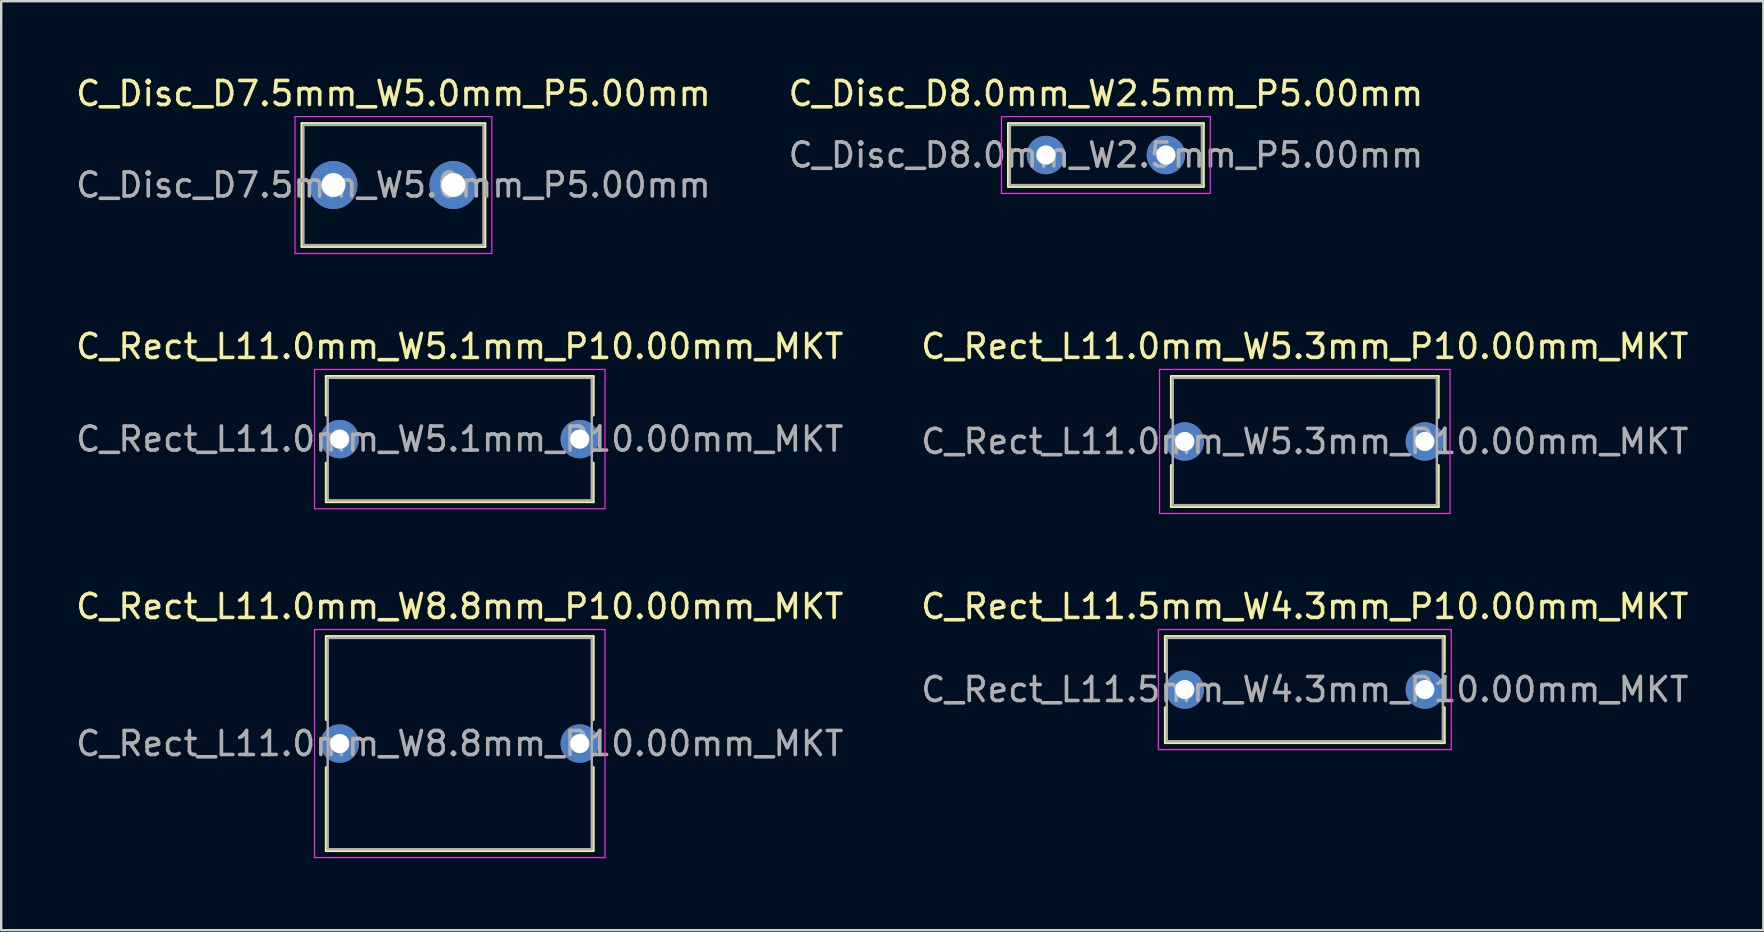
<source format=kicad_pcb>
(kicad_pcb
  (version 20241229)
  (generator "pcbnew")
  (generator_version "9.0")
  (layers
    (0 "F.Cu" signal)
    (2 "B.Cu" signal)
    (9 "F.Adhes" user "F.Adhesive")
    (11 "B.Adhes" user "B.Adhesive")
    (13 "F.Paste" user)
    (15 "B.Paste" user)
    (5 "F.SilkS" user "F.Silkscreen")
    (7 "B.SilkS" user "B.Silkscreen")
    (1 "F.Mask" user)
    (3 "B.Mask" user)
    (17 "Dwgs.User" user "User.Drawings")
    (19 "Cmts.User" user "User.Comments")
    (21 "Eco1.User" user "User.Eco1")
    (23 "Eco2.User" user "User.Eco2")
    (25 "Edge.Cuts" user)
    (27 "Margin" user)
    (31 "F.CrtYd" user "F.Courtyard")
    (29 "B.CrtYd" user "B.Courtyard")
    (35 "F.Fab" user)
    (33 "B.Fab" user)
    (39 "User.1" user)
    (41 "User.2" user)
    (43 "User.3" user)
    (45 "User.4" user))
  (footprint "C_Rect_L11.0mm_W5.3mm_P10.00mm_MKT"
    (layer "F.Cu")
    (at 46.304 15.341)
    (property "Reference" "C_Rect_L11.0mm_W5.3mm_P10.00mm_MKT" (at 5 -3.96 0) (layer "F.SilkS") (effects (font (size 1 1) (thickness 0.15))))
    (attr through_hole)
    (fp_line (start -0.56 -2.71) (end -0.56 -0.996) (stroke (width 0.12) (type solid)) (layer "F.SilkS"))
    (fp_line (start -0.56 -2.71) (end 10.56 -2.71) (stroke (width 0.12) (type solid)) (layer "F.SilkS"))
    (fp_line (start -0.56 0.996) (end -0.56 2.71) (stroke (width 0.12) (type solid)) (layer "F.SilkS"))
    (fp_line (start -0.56 2.71) (end 10.56 2.71) (stroke (width 0.12) (type solid)) (layer "F.SilkS"))
    (fp_line (start 10.56 -2.71) (end 10.56 -0.996) (stroke (width 0.12) (type solid)) (layer "F.SilkS"))
    (fp_line (start 10.56 0.996) (end 10.56 2.71) (stroke (width 0.12) (type solid)) (layer "F.SilkS"))
    (fp_line (start -1.05 -3) (end -1.05 3) (stroke (width 0.05) (type solid)) (layer "F.CrtYd"))
    (fp_line (start -1.05 3) (end 11.05 3) (stroke (width 0.05) (type solid)) (layer "F.CrtYd"))
    (fp_line (start 11.05 -3) (end -1.05 -3) (stroke (width 0.05) (type solid)) (layer "F.CrtYd"))
    (fp_line (start 11.05 3) (end 11.05 -3) (stroke (width 0.05) (type solid)) (layer "F.CrtYd"))
    (fp_line (start -0.5 -2.65) (end -0.5 2.65) (stroke (width 0.1) (type solid)) (layer "F.Fab"))
    (fp_line (start -0.5 2.65) (end 10.5 2.65) (stroke (width 0.1) (type solid)) (layer "F.Fab"))
    (fp_line (start 10.5 -2.65) (end -0.5 -2.65) (stroke (width 0.1) (type solid)) (layer "F.Fab"))
    (fp_line (start 10.5 2.65) (end 10.5 -2.65) (stroke (width 0.1) (type solid)) (layer "F.Fab"))
    (fp_text user "${REFERENCE}" (at 5 0 0) (layer "F.Fab") (effects (font (size 1 1) (thickness 0.15))))
    (pad "1" thru_hole circle (at 0 0) (size 1.6 1.6) (drill 0.8) (layers "*.Cu" "*.Mask"))
    (pad "2" thru_hole circle (at 10 0) (size 1.6 1.6) (drill 0.8) (layers "*.Cu" "*.Mask")))
  (footprint "C_Disc_D8.0mm_W2.5mm_P5.00mm"
    (layer "F.Cu")
    (at 40.518 3.408)
    (property "Reference" "C_Disc_D8.0mm_W2.5mm_P5.00mm" (at 2.5 -2.56 0) (layer "F.SilkS") (effects (font (size 1 1) (thickness 0.15))))
    (attr through_hole)
    (fp_line (start -1.56 -1.31) (end -1.56 1.31) (stroke (width 0.12) (type solid)) (layer "F.SilkS"))
    (fp_line (start -1.56 -1.31) (end 6.56 -1.31) (stroke (width 0.12) (type solid)) (layer "F.SilkS"))
    (fp_line (start -1.56 1.31) (end 6.56 1.31) (stroke (width 0.12) (type solid)) (layer "F.SilkS"))
    (fp_line (start 6.56 -1.31) (end 6.56 1.31) (stroke (width 0.12) (type solid)) (layer "F.SilkS"))
    (fp_line (start -1.85 -1.6) (end -1.85 1.6) (stroke (width 0.05) (type solid)) (layer "F.CrtYd"))
    (fp_line (start -1.85 1.6) (end 6.85 1.6) (stroke (width 0.05) (type solid)) (layer "F.CrtYd"))
    (fp_line (start 6.85 -1.6) (end -1.85 -1.6) (stroke (width 0.05) (type solid)) (layer "F.CrtYd"))
    (fp_line (start 6.85 1.6) (end 6.85 -1.6) (stroke (width 0.05) (type solid)) (layer "F.CrtYd"))
    (fp_line (start -1.5 -1.25) (end -1.5 1.25) (stroke (width 0.1) (type solid)) (layer "F.Fab"))
    (fp_line (start -1.5 1.25) (end 6.5 1.25) (stroke (width 0.1) (type solid)) (layer "F.Fab"))
    (fp_line (start 6.5 -1.25) (end -1.5 -1.25) (stroke (width 0.1) (type solid)) (layer "F.Fab"))
    (fp_line (start 6.5 1.25) (end 6.5 -1.25) (stroke (width 0.1) (type solid)) (layer "F.Fab"))
    (fp_text user "${REFERENCE}" (at 2.5 0 0) (layer "F.Fab") (effects (font (size 1 1) (thickness 0.15))))
    (pad "1" thru_hole circle (at 0 0) (size 1.6 1.6) (drill 0.8) (layers "*.Cu" "*.Mask"))
    (pad "2" thru_hole circle (at 5 0) (size 1.6 1.6) (drill 0.8) (layers "*.Cu" "*.Mask")))
  (footprint "C_Rect_L11.0mm_W5.1mm_P10.00mm_MKT"
    (layer "F.Cu")
    (at 11.101 15.242)
    (property "Reference" "C_Rect_L11.0mm_W5.1mm_P10.00mm_MKT" (at 5 -3.86 0) (layer "F.SilkS") (effects (font (size 1 1) (thickness 0.15))))
    (attr through_hole)
    (fp_line (start -0.56 -2.61) (end -0.56 -0.996) (stroke (width 0.12) (type solid)) (layer "F.SilkS"))
    (fp_line (start -0.56 -2.61) (end 10.56 -2.61) (stroke (width 0.12) (type solid)) (layer "F.SilkS"))
    (fp_line (start -0.56 0.996) (end -0.56 2.61) (stroke (width 0.12) (type solid)) (layer "F.SilkS"))
    (fp_line (start -0.56 2.61) (end 10.56 2.61) (stroke (width 0.12) (type solid)) (layer "F.SilkS"))
    (fp_line (start 10.56 -2.61) (end 10.56 -0.996) (stroke (width 0.12) (type solid)) (layer "F.SilkS"))
    (fp_line (start 10.56 0.996) (end 10.56 2.61) (stroke (width 0.12) (type solid)) (layer "F.SilkS"))
    (fp_line (start -1.05 -2.9) (end -1.05 2.9) (stroke (width 0.05) (type solid)) (layer "F.CrtYd"))
    (fp_line (start -1.05 2.9) (end 11.05 2.9) (stroke (width 0.05) (type solid)) (layer "F.CrtYd"))
    (fp_line (start 11.05 -2.9) (end -1.05 -2.9) (stroke (width 0.05) (type solid)) (layer "F.CrtYd"))
    (fp_line (start 11.05 2.9) (end 11.05 -2.9) (stroke (width 0.05) (type solid)) (layer "F.CrtYd"))
    (fp_line (start -0.5 -2.55) (end -0.5 2.55) (stroke (width 0.1) (type solid)) (layer "F.Fab"))
    (fp_line (start -0.5 2.55) (end 10.5 2.55) (stroke (width 0.1) (type solid)) (layer "F.Fab"))
    (fp_line (start 10.5 -2.55) (end -0.5 -2.55) (stroke (width 0.1) (type solid)) (layer "F.Fab"))
    (fp_line (start 10.5 2.55) (end 10.5 -2.55) (stroke (width 0.1) (type solid)) (layer "F.Fab"))
    (fp_text user "${REFERENCE}" (at 5 0 0) (layer "F.Fab") (effects (font (size 1 1) (thickness 0.15))))
    (pad "1" thru_hole circle (at 0 0) (size 1.6 1.6) (drill 0.8) (layers "*.Cu" "*.Mask"))
    (pad "2" thru_hole circle (at 10 0) (size 1.6 1.6) (drill 0.8) (layers "*.Cu" "*.Mask")))
  (footprint "C_Rect_L11.5mm_W4.3mm_P10.00mm_MKT"
    (layer "F.Cu")
    (at 46.304 25.675)
    (property "Reference" "C_Rect_L11.5mm_W4.3mm_P10.00mm_MKT" (at 5 -3.46 0) (layer "F.SilkS") (effects (font (size 1 1) (thickness 0.15))))
    (attr through_hole)
    (fp_line (start -0.81 -2.21) (end -0.81 -0.75) (stroke (width 0.12) (type solid)) (layer "F.SilkS"))
    (fp_line (start -0.81 -2.21) (end 10.81 -2.21) (stroke (width 0.12) (type solid)) (layer "F.SilkS"))
    (fp_line (start -0.81 0.75) (end -0.81 2.21) (stroke (width 0.12) (type solid)) (layer "F.SilkS"))
    (fp_line (start -0.81 2.21) (end 10.81 2.21) (stroke (width 0.12) (type solid)) (layer "F.SilkS"))
    (fp_line (start 10.81 -2.21) (end 10.81 -0.75) (stroke (width 0.12) (type solid)) (layer "F.SilkS"))
    (fp_line (start 10.81 0.75) (end 10.81 2.21) (stroke (width 0.12) (type solid)) (layer "F.SilkS"))
    (fp_line (start -1.1 -2.5) (end -1.1 2.5) (stroke (width 0.05) (type solid)) (layer "F.CrtYd"))
    (fp_line (start -1.1 2.5) (end 11.1 2.5) (stroke (width 0.05) (type solid)) (layer "F.CrtYd"))
    (fp_line (start 11.1 -2.5) (end -1.1 -2.5) (stroke (width 0.05) (type solid)) (layer "F.CrtYd"))
    (fp_line (start 11.1 2.5) (end 11.1 -2.5) (stroke (width 0.05) (type solid)) (layer "F.CrtYd"))
    (fp_line (start -0.75 -2.15) (end -0.75 2.15) (stroke (width 0.1) (type solid)) (layer "F.Fab"))
    (fp_line (start -0.75 2.15) (end 10.75 2.15) (stroke (width 0.1) (type solid)) (layer "F.Fab"))
    (fp_line (start 10.75 -2.15) (end -0.75 -2.15) (stroke (width 0.1) (type solid)) (layer "F.Fab"))
    (fp_line (start 10.75 2.15) (end 10.75 -2.15) (stroke (width 0.1) (type solid)) (layer "F.Fab"))
    (fp_text user "${REFERENCE}" (at 5 0 0) (layer "F.Fab") (effects (font (size 1 1) (thickness 0.15))))
    (pad "1" thru_hole circle (at 0 0) (size 1.6 1.6) (drill 0.8) (layers "*.Cu" "*.Mask"))
    (pad "2" thru_hole circle (at 10 0) (size 1.6 1.6) (drill 0.8) (layers "*.Cu" "*.Mask")))
  (footprint "C_Rect_L11.0mm_W8.8mm_P10.00mm_MKT"
    (layer "F.Cu")
    (at 11.101 27.925)
    (property "Reference" "C_Rect_L11.0mm_W8.8mm_P10.00mm_MKT" (at 5 -5.71 0) (layer "F.SilkS") (effects (font (size 1 1) (thickness 0.15))))
    (attr through_hole)
    (fp_line (start -0.56 -4.46) (end -0.56 -0.996) (stroke (width 0.12) (type solid)) (layer "F.SilkS"))
    (fp_line (start -0.56 -4.46) (end 10.56 -4.46) (stroke (width 0.12) (type solid)) (layer "F.SilkS"))
    (fp_line (start -0.56 0.996) (end -0.56 4.46) (stroke (width 0.12) (type solid)) (layer "F.SilkS"))
    (fp_line (start -0.56 4.46) (end 10.56 4.46) (stroke (width 0.12) (type solid)) (layer "F.SilkS"))
    (fp_line (start 10.56 -4.46) (end 10.56 -0.996) (stroke (width 0.12) (type solid)) (layer "F.SilkS"))
    (fp_line (start 10.56 0.996) (end 10.56 4.46) (stroke (width 0.12) (type solid)) (layer "F.SilkS"))
    (fp_line (start -1.05 -4.75) (end -1.05 4.75) (stroke (width 0.05) (type solid)) (layer "F.CrtYd"))
    (fp_line (start -1.05 4.75) (end 11.05 4.75) (stroke (width 0.05) (type solid)) (layer "F.CrtYd"))
    (fp_line (start 11.05 -4.75) (end -1.05 -4.75) (stroke (width 0.05) (type solid)) (layer "F.CrtYd"))
    (fp_line (start 11.05 4.75) (end 11.05 -4.75) (stroke (width 0.05) (type solid)) (layer "F.CrtYd"))
    (fp_line (start -0.5 -4.4) (end -0.5 4.4) (stroke (width 0.1) (type solid)) (layer "F.Fab"))
    (fp_line (start -0.5 4.4) (end 10.5 4.4) (stroke (width 0.1) (type solid)) (layer "F.Fab"))
    (fp_line (start 10.5 -4.4) (end -0.5 -4.4) (stroke (width 0.1) (type solid)) (layer "F.Fab"))
    (fp_line (start 10.5 4.4) (end 10.5 -4.4) (stroke (width 0.1) (type solid)) (layer "F.Fab"))
    (fp_text user "${REFERENCE}" (at 5 0 0) (layer "F.Fab") (effects (font (size 1 1) (thickness 0.15))))
    (pad "1" thru_hole circle (at 0 0) (size 1.6 1.6) (drill 0.8) (layers "*.Cu" "*.Mask"))
    (pad "2" thru_hole circle (at 10 0) (size 1.6 1.6) (drill 0.8) (layers "*.Cu" "*.Mask")))
  (footprint "C_Disc_D7.5mm_W5.0mm_P5.00mm"
    (layer "F.Cu")
    (at 10.839 4.658)
    (property "Reference" "C_Disc_D7.5mm_W5.0mm_P5.00mm" (at 2.5 -3.81 0) (layer "F.SilkS") (effects (font (size 1 1) (thickness 0.15))))
    (attr through_hole)
    (fp_line (start -1.31 -2.56) (end -1.31 2.56) (stroke (width 0.12) (type solid)) (layer "F.SilkS"))
    (fp_line (start -1.31 -2.56) (end 6.31 -2.56) (stroke (width 0.12) (type solid)) (layer "F.SilkS"))
    (fp_line (start -1.31 2.56) (end 6.31 2.56) (stroke (width 0.12) (type solid)) (layer "F.SilkS"))
    (fp_line (start 6.31 -2.56) (end 6.31 2.56) (stroke (width 0.12) (type solid)) (layer "F.SilkS"))
    (fp_line (start -1.6 -2.85) (end -1.6 2.85) (stroke (width 0.05) (type solid)) (layer "F.CrtYd"))
    (fp_line (start -1.6 2.85) (end 6.6 2.85) (stroke (width 0.05) (type solid)) (layer "F.CrtYd"))
    (fp_line (start 6.6 -2.85) (end -1.6 -2.85) (stroke (width 0.05) (type solid)) (layer "F.CrtYd"))
    (fp_line (start 6.6 2.85) (end 6.6 -2.85) (stroke (width 0.05) (type solid)) (layer "F.CrtYd"))
    (fp_line (start -1.25 -2.5) (end -1.25 2.5) (stroke (width 0.1) (type solid)) (layer "F.Fab"))
    (fp_line (start -1.25 2.5) (end 6.25 2.5) (stroke (width 0.1) (type solid)) (layer "F.Fab"))
    (fp_line (start 6.25 -2.5) (end -1.25 -2.5) (stroke (width 0.1) (type solid)) (layer "F.Fab"))
    (fp_line (start 6.25 2.5) (end 6.25 -2.5) (stroke (width 0.1) (type solid)) (layer "F.Fab"))
    (fp_text user "${REFERENCE}" (at 2.5 0 0) (layer "F.Fab") (effects (font (size 1 1) (thickness 0.15))))
    (pad "1" thru_hole circle (at 0 0) (size 2 2) (drill 1) (layers "*.Cu" "*.Mask"))
    (pad "2" thru_hole circle (at 5 0) (size 2 2) (drill 1) (layers "*.Cu" "*.Mask")))
  (gr_rect
    (start -3 -3)
    (end 70.405 35.7)
    (stroke (width 0.1) (type default))
    (fill no)
    (layer "Edge.Cuts")))
</source>
